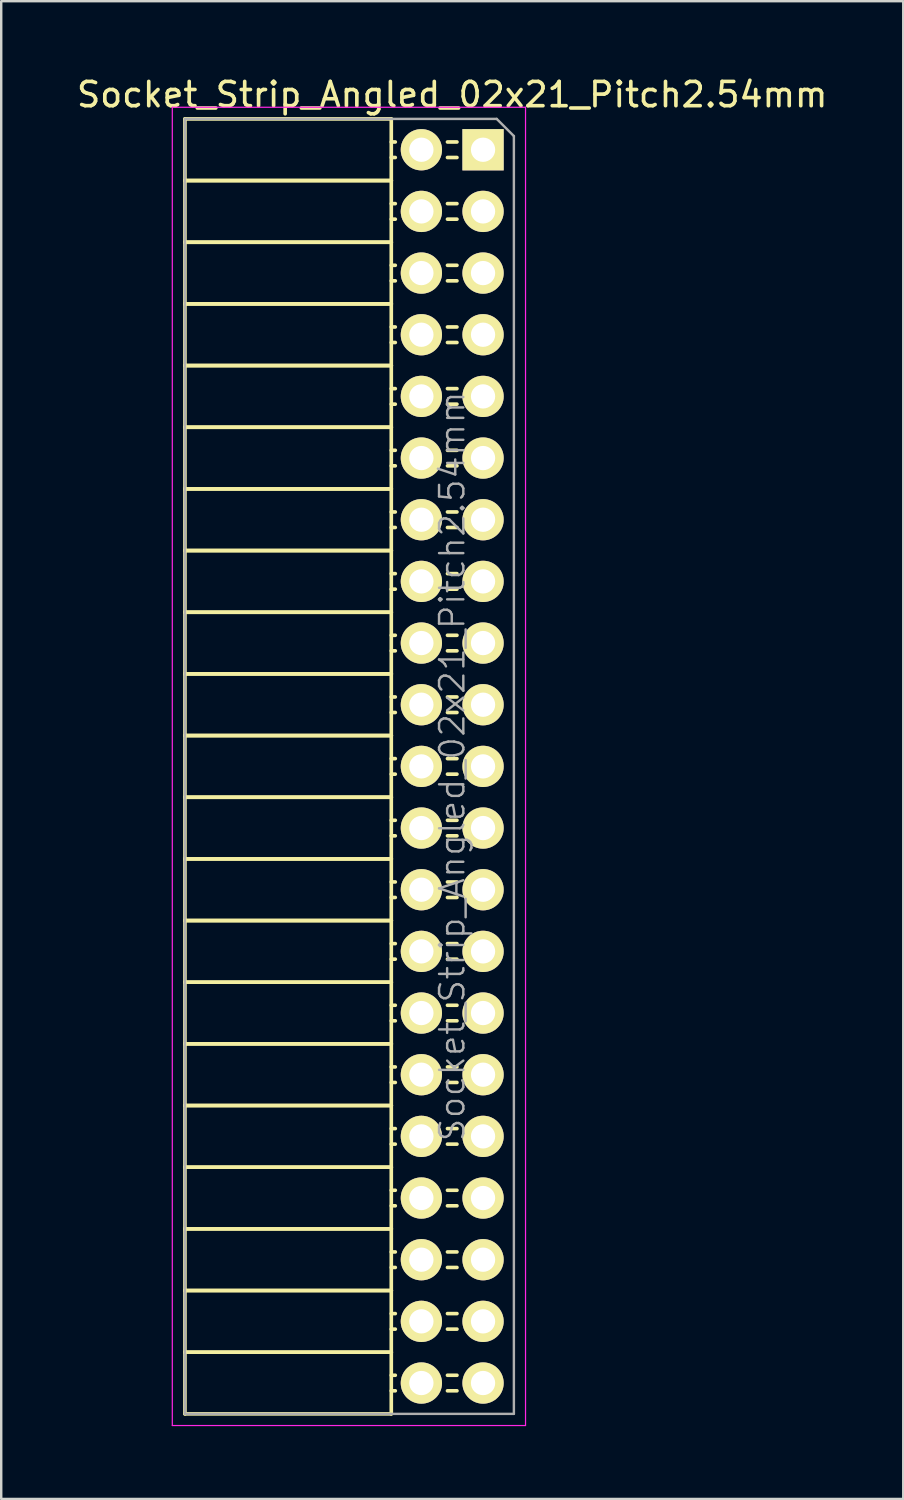
<source format=kicad_pcb>
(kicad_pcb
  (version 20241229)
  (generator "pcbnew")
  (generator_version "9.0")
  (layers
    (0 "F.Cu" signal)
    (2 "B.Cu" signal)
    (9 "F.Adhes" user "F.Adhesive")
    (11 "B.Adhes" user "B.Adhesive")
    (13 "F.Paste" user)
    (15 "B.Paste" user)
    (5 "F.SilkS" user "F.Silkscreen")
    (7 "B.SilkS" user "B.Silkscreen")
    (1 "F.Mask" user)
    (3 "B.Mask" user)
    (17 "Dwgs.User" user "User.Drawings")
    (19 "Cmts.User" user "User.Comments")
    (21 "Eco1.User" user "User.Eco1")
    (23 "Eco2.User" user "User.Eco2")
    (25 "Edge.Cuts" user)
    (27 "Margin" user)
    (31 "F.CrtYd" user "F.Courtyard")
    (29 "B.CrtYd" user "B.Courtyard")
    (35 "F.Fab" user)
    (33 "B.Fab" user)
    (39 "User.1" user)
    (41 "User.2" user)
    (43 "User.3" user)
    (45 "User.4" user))
  (footprint "Socket_Strip_Angled_02x21_Pitch2.54mm"
    (layer "F.Cu")
    (at 16.847 3.118)
    (property "Reference" "Socket_Strip_Angled_02x21_Pitch2.54mm" (at -1.27 -2.27 0) (layer "F.SilkS") (effects (font (size 1 1) (thickness 0.15))))
    (attr smd)
    (fp_line (start -12.28 -1.27) (end -12.28 1.27) (stroke (width 0.15) (type solid)) (layer "F.SilkS"))
    (fp_line (start -12.28 -1.27) (end -3.78 -1.27) (stroke (width 0.15) (type solid)) (layer "F.SilkS"))
    (fp_line (start -12.28 1.27) (end -12.28 3.81) (stroke (width 0.15) (type solid)) (layer "F.SilkS"))
    (fp_line (start -12.28 1.27) (end -3.78 1.27) (stroke (width 0.15) (type solid)) (layer "F.SilkS"))
    (fp_line (start -12.28 1.27) (end -3.78 1.27) (stroke (width 0.15) (type solid)) (layer "F.SilkS"))
    (fp_line (start -12.28 3.81) (end -12.28 6.35) (stroke (width 0.15) (type solid)) (layer "F.SilkS"))
    (fp_line (start -12.28 3.81) (end -3.78 3.81) (stroke (width 0.15) (type solid)) (layer "F.SilkS"))
    (fp_line (start -12.28 3.81) (end -3.78 3.81) (stroke (width 0.15) (type solid)) (layer "F.SilkS"))
    (fp_line (start -12.28 6.35) (end -12.28 8.89) (stroke (width 0.15) (type solid)) (layer "F.SilkS"))
    (fp_line (start -12.28 6.35) (end -3.78 6.35) (stroke (width 0.15) (type solid)) (layer "F.SilkS"))
    (fp_line (start -12.28 6.35) (end -3.78 6.35) (stroke (width 0.15) (type solid)) (layer "F.SilkS"))
    (fp_line (start -12.28 8.89) (end -12.28 11.43) (stroke (width 0.15) (type solid)) (layer "F.SilkS"))
    (fp_line (start -12.28 8.89) (end -3.78 8.89) (stroke (width 0.15) (type solid)) (layer "F.SilkS"))
    (fp_line (start -12.28 8.89) (end -3.78 8.89) (stroke (width 0.15) (type solid)) (layer "F.SilkS"))
    (fp_line (start -12.28 11.43) (end -12.28 13.97) (stroke (width 0.15) (type solid)) (layer "F.SilkS"))
    (fp_line (start -12.28 11.43) (end -3.78 11.43) (stroke (width 0.15) (type solid)) (layer "F.SilkS"))
    (fp_line (start -12.28 11.43) (end -3.78 11.43) (stroke (width 0.15) (type solid)) (layer "F.SilkS"))
    (fp_line (start -12.28 13.97) (end -12.28 16.51) (stroke (width 0.15) (type solid)) (layer "F.SilkS"))
    (fp_line (start -12.28 13.97) (end -3.78 13.97) (stroke (width 0.15) (type solid)) (layer "F.SilkS"))
    (fp_line (start -12.28 13.97) (end -3.78 13.97) (stroke (width 0.15) (type solid)) (layer "F.SilkS"))
    (fp_line (start -12.28 16.51) (end -12.28 19.05) (stroke (width 0.15) (type solid)) (layer "F.SilkS"))
    (fp_line (start -12.28 16.51) (end -3.78 16.51) (stroke (width 0.15) (type solid)) (layer "F.SilkS"))
    (fp_line (start -12.28 16.51) (end -3.78 16.51) (stroke (width 0.15) (type solid)) (layer "F.SilkS"))
    (fp_line (start -12.28 19.05) (end -12.28 21.59) (stroke (width 0.15) (type solid)) (layer "F.SilkS"))
    (fp_line (start -12.28 19.05) (end -3.78 19.05) (stroke (width 0.15) (type solid)) (layer "F.SilkS"))
    (fp_line (start -12.28 19.05) (end -3.78 19.05) (stroke (width 0.15) (type solid)) (layer "F.SilkS"))
    (fp_line (start -12.28 21.59) (end -12.28 24.13) (stroke (width 0.15) (type solid)) (layer "F.SilkS"))
    (fp_line (start -12.28 21.59) (end -3.78 21.59) (stroke (width 0.15) (type solid)) (layer "F.SilkS"))
    (fp_line (start -12.28 21.59) (end -3.78 21.59) (stroke (width 0.15) (type solid)) (layer "F.SilkS"))
    (fp_line (start -12.28 24.13) (end -12.28 26.67) (stroke (width 0.15) (type solid)) (layer "F.SilkS"))
    (fp_line (start -12.28 24.13) (end -3.78 24.13) (stroke (width 0.15) (type solid)) (layer "F.SilkS"))
    (fp_line (start -12.28 24.13) (end -3.78 24.13) (stroke (width 0.15) (type solid)) (layer "F.SilkS"))
    (fp_line (start -12.28 26.67) (end -12.28 29.21) (stroke (width 0.15) (type solid)) (layer "F.SilkS"))
    (fp_line (start -12.28 26.67) (end -3.78 26.67) (stroke (width 0.15) (type solid)) (layer "F.SilkS"))
    (fp_line (start -12.28 26.67) (end -3.78 26.67) (stroke (width 0.15) (type solid)) (layer "F.SilkS"))
    (fp_line (start -12.28 29.21) (end -12.28 31.75) (stroke (width 0.15) (type solid)) (layer "F.SilkS"))
    (fp_line (start -12.28 29.21) (end -3.78 29.21) (stroke (width 0.15) (type solid)) (layer "F.SilkS"))
    (fp_line (start -12.28 29.21) (end -3.78 29.21) (stroke (width 0.15) (type solid)) (layer "F.SilkS"))
    (fp_line (start -12.28 31.75) (end -12.28 34.29) (stroke (width 0.15) (type solid)) (layer "F.SilkS"))
    (fp_line (start -12.28 31.75) (end -3.78 31.75) (stroke (width 0.15) (type solid)) (layer "F.SilkS"))
    (fp_line (start -12.28 31.75) (end -3.78 31.75) (stroke (width 0.15) (type solid)) (layer "F.SilkS"))
    (fp_line (start -12.28 34.29) (end -12.28 36.83) (stroke (width 0.15) (type solid)) (layer "F.SilkS"))
    (fp_line (start -12.28 34.29) (end -3.78 34.29) (stroke (width 0.15) (type solid)) (layer "F.SilkS"))
    (fp_line (start -12.28 34.29) (end -3.78 34.29) (stroke (width 0.15) (type solid)) (layer "F.SilkS"))
    (fp_line (start -12.28 36.83) (end -12.28 39.37) (stroke (width 0.15) (type solid)) (layer "F.SilkS"))
    (fp_line (start -12.28 36.83) (end -3.78 36.83) (stroke (width 0.15) (type solid)) (layer "F.SilkS"))
    (fp_line (start -12.28 36.83) (end -3.78 36.83) (stroke (width 0.15) (type solid)) (layer "F.SilkS"))
    (fp_line (start -12.28 39.37) (end -12.28 41.91) (stroke (width 0.15) (type solid)) (layer "F.SilkS"))
    (fp_line (start -12.28 39.37) (end -3.78 39.37) (stroke (width 0.15) (type solid)) (layer "F.SilkS"))
    (fp_line (start -12.28 39.37) (end -3.78 39.37) (stroke (width 0.15) (type solid)) (layer "F.SilkS"))
    (fp_line (start -12.28 41.91) (end -12.28 44.45) (stroke (width 0.15) (type solid)) (layer "F.SilkS"))
    (fp_line (start -12.28 41.91) (end -3.78 41.91) (stroke (width 0.15) (type solid)) (layer "F.SilkS"))
    (fp_line (start -12.28 41.91) (end -3.78 41.91) (stroke (width 0.15) (type solid)) (layer "F.SilkS"))
    (fp_line (start -12.28 44.45) (end -12.28 46.99) (stroke (width 0.15) (type solid)) (layer "F.SilkS"))
    (fp_line (start -12.28 44.45) (end -3.78 44.45) (stroke (width 0.15) (type solid)) (layer "F.SilkS"))
    (fp_line (start -12.28 44.45) (end -3.78 44.45) (stroke (width 0.15) (type solid)) (layer "F.SilkS"))
    (fp_line (start -12.28 46.99) (end -12.28 49.53) (stroke (width 0.15) (type solid)) (layer "F.SilkS"))
    (fp_line (start -12.28 46.99) (end -3.78 46.99) (stroke (width 0.15) (type solid)) (layer "F.SilkS"))
    (fp_line (start -12.28 46.99) (end -3.78 46.99) (stroke (width 0.15) (type solid)) (layer "F.SilkS"))
    (fp_line (start -12.28 49.53) (end -12.28 52.07) (stroke (width 0.15) (type solid)) (layer "F.SilkS"))
    (fp_line (start -12.28 49.53) (end -3.78 49.53) (stroke (width 0.15) (type solid)) (layer "F.SilkS"))
    (fp_line (start -12.28 49.53) (end -3.78 49.53) (stroke (width 0.15) (type solid)) (layer "F.SilkS"))
    (fp_line (start -12.28 52.07) (end -3.78 52.07) (stroke (width 0.15) (type solid)) (layer "F.SilkS"))
    (fp_line (start -3.78 -1.27) (end -3.78 1.27) (stroke (width 0.15) (type solid)) (layer "F.SilkS"))
    (fp_line (start -3.78 -0.32) (end -3.615 -0.32) (stroke (width 0.15) (type solid)) (layer "F.SilkS"))
    (fp_line (start -3.78 0.32) (end -3.615 0.32) (stroke (width 0.15) (type solid)) (layer "F.SilkS"))
    (fp_line (start -3.78 1.27) (end -3.78 3.81) (stroke (width 0.15) (type solid)) (layer "F.SilkS"))
    (fp_line (start -3.78 2.22) (end -3.615 2.22) (stroke (width 0.15) (type solid)) (layer "F.SilkS"))
    (fp_line (start -3.78 2.86) (end -3.615 2.86) (stroke (width 0.15) (type solid)) (layer "F.SilkS"))
    (fp_line (start -3.78 3.81) (end -3.78 6.35) (stroke (width 0.15) (type solid)) (layer "F.SilkS"))
    (fp_line (start -3.78 4.76) (end -3.615 4.76) (stroke (width 0.15) (type solid)) (layer "F.SilkS"))
    (fp_line (start -3.78 5.4) (end -3.615 5.4) (stroke (width 0.15) (type solid)) (layer "F.SilkS"))
    (fp_line (start -3.78 6.35) (end -3.78 8.89) (stroke (width 0.15) (type solid)) (layer "F.SilkS"))
    (fp_line (start -3.78 7.3) (end -3.615 7.3) (stroke (width 0.15) (type solid)) (layer "F.SilkS"))
    (fp_line (start -3.78 7.94) (end -3.615 7.94) (stroke (width 0.15) (type solid)) (layer "F.SilkS"))
    (fp_line (start -3.78 8.89) (end -3.78 11.43) (stroke (width 0.15) (type solid)) (layer "F.SilkS"))
    (fp_line (start -3.78 9.84) (end -3.615 9.84) (stroke (width 0.15) (type solid)) (layer "F.SilkS"))
    (fp_line (start -3.78 10.48) (end -3.615 10.48) (stroke (width 0.15) (type solid)) (layer "F.SilkS"))
    (fp_line (start -3.78 11.43) (end -3.78 13.97) (stroke (width 0.15) (type solid)) (layer "F.SilkS"))
    (fp_line (start -3.78 12.38) (end -3.615 12.38) (stroke (width 0.15) (type solid)) (layer "F.SilkS"))
    (fp_line (start -3.78 13.02) (end -3.615 13.02) (stroke (width 0.15) (type solid)) (layer "F.SilkS"))
    (fp_line (start -3.78 13.97) (end -3.78 16.51) (stroke (width 0.15) (type solid)) (layer "F.SilkS"))
    (fp_line (start -3.78 14.92) (end -3.615 14.92) (stroke (width 0.15) (type solid)) (layer "F.SilkS"))
    (fp_line (start -3.78 15.56) (end -3.615 15.56) (stroke (width 0.15) (type solid)) (layer "F.SilkS"))
    (fp_line (start -3.78 16.51) (end -3.78 19.05) (stroke (width 0.15) (type solid)) (layer "F.SilkS"))
    (fp_line (start -3.78 17.46) (end -3.615 17.46) (stroke (width 0.15) (type solid)) (layer "F.SilkS"))
    (fp_line (start -3.78 18.1) (end -3.615 18.1) (stroke (width 0.15) (type solid)) (layer "F.SilkS"))
    (fp_line (start -3.78 19.05) (end -3.78 21.59) (stroke (width 0.15) (type solid)) (layer "F.SilkS"))
    (fp_line (start -3.78 20) (end -3.615 20) (stroke (width 0.15) (type solid)) (layer "F.SilkS"))
    (fp_line (start -3.78 20.64) (end -3.615 20.64) (stroke (width 0.15) (type solid)) (layer "F.SilkS"))
    (fp_line (start -3.78 21.59) (end -3.78 24.13) (stroke (width 0.15) (type solid)) (layer "F.SilkS"))
    (fp_line (start -3.78 22.54) (end -3.615 22.54) (stroke (width 0.15) (type solid)) (layer "F.SilkS"))
    (fp_line (start -3.78 23.18) (end -3.615 23.18) (stroke (width 0.15) (type solid)) (layer "F.SilkS"))
    (fp_line (start -3.78 24.13) (end -3.78 26.67) (stroke (width 0.15) (type solid)) (layer "F.SilkS"))
    (fp_line (start -3.78 25.08) (end -3.615 25.08) (stroke (width 0.15) (type solid)) (layer "F.SilkS"))
    (fp_line (start -3.78 25.72) (end -3.615 25.72) (stroke (width 0.15) (type solid)) (layer "F.SilkS"))
    (fp_line (start -3.78 26.67) (end -3.78 29.21) (stroke (width 0.15) (type solid)) (layer "F.SilkS"))
    (fp_line (start -3.78 27.62) (end -3.615 27.62) (stroke (width 0.15) (type solid)) (layer "F.SilkS"))
    (fp_line (start -3.78 28.26) (end -3.615 28.26) (stroke (width 0.15) (type solid)) (layer "F.SilkS"))
    (fp_line (start -3.78 29.21) (end -3.78 31.75) (stroke (width 0.15) (type solid)) (layer "F.SilkS"))
    (fp_line (start -3.78 30.16) (end -3.615 30.16) (stroke (width 0.15) (type solid)) (layer "F.SilkS"))
    (fp_line (start -3.78 30.8) (end -3.615 30.8) (stroke (width 0.15) (type solid)) (layer "F.SilkS"))
    (fp_line (start -3.78 31.75) (end -3.78 34.29) (stroke (width 0.15) (type solid)) (layer "F.SilkS"))
    (fp_line (start -3.78 32.7) (end -3.615 32.7) (stroke (width 0.15) (type solid)) (layer "F.SilkS"))
    (fp_line (start -3.78 33.34) (end -3.615 33.34) (stroke (width 0.15) (type solid)) (layer "F.SilkS"))
    (fp_line (start -3.78 34.29) (end -3.78 36.83) (stroke (width 0.15) (type solid)) (layer "F.SilkS"))
    (fp_line (start -3.78 35.24) (end -3.615 35.24) (stroke (width 0.15) (type solid)) (layer "F.SilkS"))
    (fp_line (start -3.78 35.88) (end -3.615 35.88) (stroke (width 0.15) (type solid)) (layer "F.SilkS"))
    (fp_line (start -3.78 36.83) (end -3.78 39.37) (stroke (width 0.15) (type solid)) (layer "F.SilkS"))
    (fp_line (start -3.78 37.78) (end -3.615 37.78) (stroke (width 0.15) (type solid)) (layer "F.SilkS"))
    (fp_line (start -3.78 38.42) (end -3.615 38.42) (stroke (width 0.15) (type solid)) (layer "F.SilkS"))
    (fp_line (start -3.78 39.37) (end -3.78 41.91) (stroke (width 0.15) (type solid)) (layer "F.SilkS"))
    (fp_line (start -3.78 40.32) (end -3.615 40.32) (stroke (width 0.15) (type solid)) (layer "F.SilkS"))
    (fp_line (start -3.78 40.96) (end -3.615 40.96) (stroke (width 0.15) (type solid)) (layer "F.SilkS"))
    (fp_line (start -3.78 41.91) (end -3.78 44.45) (stroke (width 0.15) (type solid)) (layer "F.SilkS"))
    (fp_line (start -3.78 42.86) (end -3.615 42.86) (stroke (width 0.15) (type solid)) (layer "F.SilkS"))
    (fp_line (start -3.78 43.5) (end -3.615 43.5) (stroke (width 0.15) (type solid)) (layer "F.SilkS"))
    (fp_line (start -3.78 44.45) (end -3.78 46.99) (stroke (width 0.15) (type solid)) (layer "F.SilkS"))
    (fp_line (start -3.78 45.4) (end -3.615 45.4) (stroke (width 0.15) (type solid)) (layer "F.SilkS"))
    (fp_line (start -3.78 46.04) (end -3.615 46.04) (stroke (width 0.15) (type solid)) (layer "F.SilkS"))
    (fp_line (start -3.78 46.99) (end -3.78 49.53) (stroke (width 0.15) (type solid)) (layer "F.SilkS"))
    (fp_line (start -3.78 47.94) (end -3.615 47.94) (stroke (width 0.15) (type solid)) (layer "F.SilkS"))
    (fp_line (start -3.78 48.58) (end -3.615 48.58) (stroke (width 0.15) (type solid)) (layer "F.SilkS"))
    (fp_line (start -3.78 49.53) (end -3.78 52.07) (stroke (width 0.15) (type solid)) (layer "F.SilkS"))
    (fp_line (start -3.78 50.48) (end -3.615 50.48) (stroke (width 0.15) (type solid)) (layer "F.SilkS"))
    (fp_line (start -3.78 51.12) (end -3.615 51.12) (stroke (width 0.15) (type solid)) (layer "F.SilkS"))
    (fp_line (start -1.075 -0.32) (end -1.465 -0.32) (stroke (width 0.15) (type solid)) (layer "F.SilkS"))
    (fp_line (start -1.075 0.32) (end -1.465 0.32) (stroke (width 0.15) (type solid)) (layer "F.SilkS"))
    (fp_line (start -1.075 2.22) (end -1.465 2.22) (stroke (width 0.15) (type solid)) (layer "F.SilkS"))
    (fp_line (start -1.075 2.86) (end -1.465 2.86) (stroke (width 0.15) (type solid)) (layer "F.SilkS"))
    (fp_line (start -1.075 4.76) (end -1.465 4.76) (stroke (width 0.15) (type solid)) (layer "F.SilkS"))
    (fp_line (start -1.075 5.4) (end -1.465 5.4) (stroke (width 0.15) (type solid)) (layer "F.SilkS"))
    (fp_line (start -1.075 7.3) (end -1.465 7.3) (stroke (width 0.15) (type solid)) (layer "F.SilkS"))
    (fp_line (start -1.075 7.94) (end -1.465 7.94) (stroke (width 0.15) (type solid)) (layer "F.SilkS"))
    (fp_line (start -1.075 9.84) (end -1.465 9.84) (stroke (width 0.15) (type solid)) (layer "F.SilkS"))
    (fp_line (start -1.075 10.48) (end -1.465 10.48) (stroke (width 0.15) (type solid)) (layer "F.SilkS"))
    (fp_line (start -1.075 12.38) (end -1.465 12.38) (stroke (width 0.15) (type solid)) (layer "F.SilkS"))
    (fp_line (start -1.075 13.02) (end -1.465 13.02) (stroke (width 0.15) (type solid)) (layer "F.SilkS"))
    (fp_line (start -1.075 14.92) (end -1.465 14.92) (stroke (width 0.15) (type solid)) (layer "F.SilkS"))
    (fp_line (start -1.075 15.56) (end -1.465 15.56) (stroke (width 0.15) (type solid)) (layer "F.SilkS"))
    (fp_line (start -1.075 17.46) (end -1.465 17.46) (stroke (width 0.15) (type solid)) (layer "F.SilkS"))
    (fp_line (start -1.075 18.1) (end -1.465 18.1) (stroke (width 0.15) (type solid)) (layer "F.SilkS"))
    (fp_line (start -1.075 20) (end -1.465 20) (stroke (width 0.15) (type solid)) (layer "F.SilkS"))
    (fp_line (start -1.075 20.64) (end -1.465 20.64) (stroke (width 0.15) (type solid)) (layer "F.SilkS"))
    (fp_line (start -1.075 22.54) (end -1.465 22.54) (stroke (width 0.15) (type solid)) (layer "F.SilkS"))
    (fp_line (start -1.075 23.18) (end -1.465 23.18) (stroke (width 0.15) (type solid)) (layer "F.SilkS"))
    (fp_line (start -1.075 25.08) (end -1.465 25.08) (stroke (width 0.15) (type solid)) (layer "F.SilkS"))
    (fp_line (start -1.075 25.72) (end -1.465 25.72) (stroke (width 0.15) (type solid)) (layer "F.SilkS"))
    (fp_line (start -1.075 27.62) (end -1.465 27.62) (stroke (width 0.15) (type solid)) (layer "F.SilkS"))
    (fp_line (start -1.075 28.26) (end -1.465 28.26) (stroke (width 0.15) (type solid)) (layer "F.SilkS"))
    (fp_line (start -1.075 30.16) (end -1.465 30.16) (stroke (width 0.15) (type solid)) (layer "F.SilkS"))
    (fp_line (start -1.075 30.8) (end -1.465 30.8) (stroke (width 0.15) (type solid)) (layer "F.SilkS"))
    (fp_line (start -1.075 32.7) (end -1.465 32.7) (stroke (width 0.15) (type solid)) (layer "F.SilkS"))
    (fp_line (start -1.075 33.34) (end -1.465 33.34) (stroke (width 0.15) (type solid)) (layer "F.SilkS"))
    (fp_line (start -1.075 35.24) (end -1.465 35.24) (stroke (width 0.15) (type solid)) (layer "F.SilkS"))
    (fp_line (start -1.075 35.88) (end -1.465 35.88) (stroke (width 0.15) (type solid)) (layer "F.SilkS"))
    (fp_line (start -1.075 37.78) (end -1.465 37.78) (stroke (width 0.15) (type solid)) (layer "F.SilkS"))
    (fp_line (start -1.075 38.42) (end -1.465 38.42) (stroke (width 0.15) (type solid)) (layer "F.SilkS"))
    (fp_line (start -1.075 40.32) (end -1.465 40.32) (stroke (width 0.15) (type solid)) (layer "F.SilkS"))
    (fp_line (start -1.075 40.96) (end -1.465 40.96) (stroke (width 0.15) (type solid)) (layer "F.SilkS"))
    (fp_line (start -1.075 42.86) (end -1.465 42.86) (stroke (width 0.15) (type solid)) (layer "F.SilkS"))
    (fp_line (start -1.075 43.5) (end -1.465 43.5) (stroke (width 0.15) (type solid)) (layer "F.SilkS"))
    (fp_line (start -1.075 45.4) (end -1.465 45.4) (stroke (width 0.15) (type solid)) (layer "F.SilkS"))
    (fp_line (start -1.075 46.04) (end -1.465 46.04) (stroke (width 0.15) (type solid)) (layer "F.SilkS"))
    (fp_line (start -1.075 47.94) (end -1.465 47.94) (stroke (width 0.15) (type solid)) (layer "F.SilkS"))
    (fp_line (start -1.075 48.58) (end -1.465 48.58) (stroke (width 0.15) (type solid)) (layer "F.SilkS"))
    (fp_line (start -1.075 50.48) (end -1.465 50.48) (stroke (width 0.15) (type solid)) (layer "F.SilkS"))
    (fp_line (start -1.075 51.12) (end -1.465 51.12) (stroke (width 0.15) (type solid)) (layer "F.SilkS"))
    (fp_line (start -12.8 -1.75) (end 1.75 -1.75) (stroke (width 0.05) (type solid)) (layer "F.CrtYd"))
    (fp_line (start -12.8 52.55) (end -12.8 -1.75) (stroke (width 0.05) (type solid)) (layer "F.CrtYd"))
    (fp_line (start -12.8 52.55) (end 1.75 52.55) (stroke (width 0.05) (type solid)) (layer "F.CrtYd"))
    (fp_line (start 1.75 52.55) (end 1.75 -1.75) (stroke (width 0.05) (type solid)) (layer "F.CrtYd"))
    (fp_line (start -12.28 -1.27) (end 0.563 -1.27) (stroke (width 0.1) (type solid)) (layer "F.Fab"))
    (fp_line (start -12.28 52.07) (end -12.28 -1.27) (stroke (width 0.1) (type solid)) (layer "F.Fab"))
    (fp_line (start -12.28 52.07) (end 1.27 52.07) (stroke (width 0.1) (type solid)) (layer "F.Fab"))
    (fp_line (start 1.27 -0.563) (end 0.563 -1.27) (stroke (width 0.1) (type solid)) (layer "F.Fab"))
    (fp_line (start 1.27 52.07) (end 1.27 -0.563) (stroke (width 0.1) (type solid)) (layer "F.Fab"))
    (fp_text user "${REFERENCE}" (at -1.27 25.4 90) (layer "F.Fab") (effects (font (size 1 1) (thickness 0.1))))
    (pad "1" thru_hole rect (at 0 0) (size 1.7 1.7) (drill 1) (layers "*.Cu" "*.Mask" "F.SilkS"))
    (pad "2" thru_hole oval (at -2.54 0) (size 1.7 1.7) (drill 1) (layers "*.Cu" "*.Mask" "F.SilkS"))
    (pad "3" thru_hole oval (at 0 2.54) (size 1.7 1.7) (drill 1) (layers "*.Cu" "*.Mask" "F.SilkS"))
    (pad "4" thru_hole oval (at -2.54 2.54) (size 1.7 1.7) (drill 1) (layers "*.Cu" "*.Mask" "F.SilkS"))
    (pad "5" thru_hole oval (at 0 5.08) (size 1.7 1.7) (drill 1) (layers "*.Cu" "*.Mask" "F.SilkS"))
    (pad "6" thru_hole oval (at -2.54 5.08) (size 1.7 1.7) (drill 1) (layers "*.Cu" "*.Mask" "F.SilkS"))
    (pad "7" thru_hole oval (at 0 7.62) (size 1.7 1.7) (drill 1) (layers "*.Cu" "*.Mask" "F.SilkS"))
    (pad "8" thru_hole oval (at -2.54 7.62) (size 1.7 1.7) (drill 1) (layers "*.Cu" "*.Mask" "F.SilkS"))
    (pad "9" thru_hole oval (at 0 10.16) (size 1.7 1.7) (drill 1) (layers "*.Cu" "*.Mask" "F.SilkS"))
    (pad "10" thru_hole oval (at -2.54 10.16) (size 1.7 1.7) (drill 1) (layers "*.Cu" "*.Mask" "F.SilkS"))
    (pad "11" thru_hole oval (at 0 12.7) (size 1.7 1.7) (drill 1) (layers "*.Cu" "*.Mask" "F.SilkS"))
    (pad "12" thru_hole oval (at -2.54 12.7) (size 1.7 1.7) (drill 1) (layers "*.Cu" "*.Mask" "F.SilkS"))
    (pad "13" thru_hole oval (at 0 15.24) (size 1.7 1.7) (drill 1) (layers "*.Cu" "*.Mask" "F.SilkS"))
    (pad "14" thru_hole oval (at -2.54 15.24) (size 1.7 1.7) (drill 1) (layers "*.Cu" "*.Mask" "F.SilkS"))
    (pad "15" thru_hole oval (at 0 17.78) (size 1.7 1.7) (drill 1) (layers "*.Cu" "*.Mask" "F.SilkS"))
    (pad "16" thru_hole oval (at -2.54 17.78) (size 1.7 1.7) (drill 1) (layers "*.Cu" "*.Mask" "F.SilkS"))
    (pad "17" thru_hole oval (at 0 20.32) (size 1.7 1.7) (drill 1) (layers "*.Cu" "*.Mask" "F.SilkS"))
    (pad "18" thru_hole oval (at -2.54 20.32) (size 1.7 1.7) (drill 1) (layers "*.Cu" "*.Mask" "F.SilkS"))
    (pad "19" thru_hole oval (at 0 22.86) (size 1.7 1.7) (drill 1) (layers "*.Cu" "*.Mask" "F.SilkS"))
    (pad "20" thru_hole oval (at -2.54 22.86) (size 1.7 1.7) (drill 1) (layers "*.Cu" "*.Mask" "F.SilkS"))
    (pad "21" thru_hole oval (at 0 25.4) (size 1.7 1.7) (drill 1) (layers "*.Cu" "*.Mask" "F.SilkS"))
    (pad "22" thru_hole oval (at -2.54 25.4) (size 1.7 1.7) (drill 1) (layers "*.Cu" "*.Mask" "F.SilkS"))
    (pad "23" thru_hole oval (at 0 27.94) (size 1.7 1.7) (drill 1) (layers "*.Cu" "*.Mask" "F.SilkS"))
    (pad "24" thru_hole oval (at -2.54 27.94) (size 1.7 1.7) (drill 1) (layers "*.Cu" "*.Mask" "F.SilkS"))
    (pad "25" thru_hole oval (at 0 30.48) (size 1.7 1.7) (drill 1) (layers "*.Cu" "*.Mask" "F.SilkS"))
    (pad "26" thru_hole oval (at -2.54 30.48) (size 1.7 1.7) (drill 1) (layers "*.Cu" "*.Mask" "F.SilkS"))
    (pad "27" thru_hole oval (at 0 33.02) (size 1.7 1.7) (drill 1) (layers "*.Cu" "*.Mask" "F.SilkS"))
    (pad "28" thru_hole oval (at -2.54 33.02) (size 1.7 1.7) (drill 1) (layers "*.Cu" "*.Mask" "F.SilkS"))
    (pad "29" thru_hole oval (at 0 35.56) (size 1.7 1.7) (drill 1) (layers "*.Cu" "*.Mask" "F.SilkS"))
    (pad "30" thru_hole oval (at -2.54 35.56) (size 1.7 1.7) (drill 1) (layers "*.Cu" "*.Mask" "F.SilkS"))
    (pad "31" thru_hole oval (at 0 38.1) (size 1.7 1.7) (drill 1) (layers "*.Cu" "*.Mask" "F.SilkS"))
    (pad "32" thru_hole oval (at -2.54 38.1) (size 1.7 1.7) (drill 1) (layers "*.Cu" "*.Mask" "F.SilkS"))
    (pad "33" thru_hole oval (at 0 40.64) (size 1.7 1.7) (drill 1) (layers "*.Cu" "*.Mask" "F.SilkS"))
    (pad "34" thru_hole oval (at -2.54 40.64) (size 1.7 1.7) (drill 1) (layers "*.Cu" "*.Mask" "F.SilkS"))
    (pad "35" thru_hole oval (at 0 43.18) (size 1.7 1.7) (drill 1) (layers "*.Cu" "*.Mask" "F.SilkS"))
    (pad "36" thru_hole oval (at -2.54 43.18) (size 1.7 1.7) (drill 1) (layers "*.Cu" "*.Mask" "F.SilkS"))
    (pad "37" thru_hole oval (at 0 45.72) (size 1.7 1.7) (drill 1) (layers "*.Cu" "*.Mask" "F.SilkS"))
    (pad "38" thru_hole oval (at -2.54 45.72) (size 1.7 1.7) (drill 1) (layers "*.Cu" "*.Mask" "F.SilkS"))
    (pad "39" thru_hole oval (at 0 48.26) (size 1.7 1.7) (drill 1) (layers "*.Cu" "*.Mask" "F.SilkS"))
    (pad "40" thru_hole oval (at -2.54 48.26) (size 1.7 1.7) (drill 1) (layers "*.Cu" "*.Mask" "F.SilkS"))
    (pad "41" thru_hole oval (at 0 50.8) (size 1.7 1.7) (drill 1) (layers "*.Cu" "*.Mask" "F.SilkS"))
    (pad "42" thru_hole oval (at -2.54 50.8) (size 1.7 1.7) (drill 1) (layers "*.Cu" "*.Mask" "F.SilkS")))
  (gr_rect
    (start -3 -3)
    (end 34.155 58.693)
    (stroke (width 0.1) (type default))
    (fill no)
    (layer "Edge.Cuts")))
</source>
